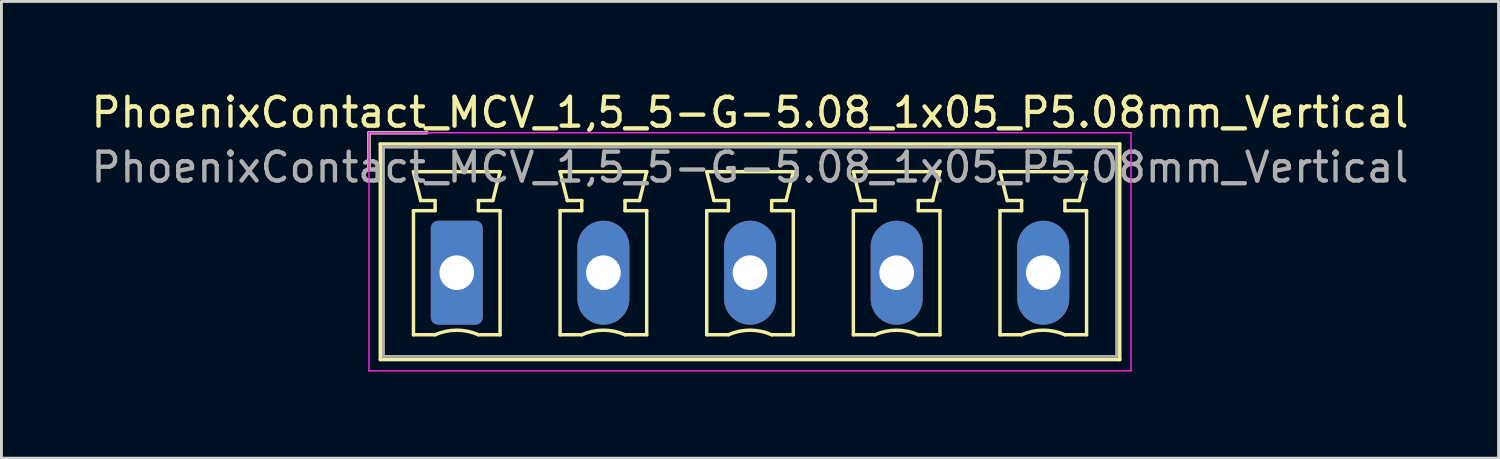
<source format=kicad_pcb>
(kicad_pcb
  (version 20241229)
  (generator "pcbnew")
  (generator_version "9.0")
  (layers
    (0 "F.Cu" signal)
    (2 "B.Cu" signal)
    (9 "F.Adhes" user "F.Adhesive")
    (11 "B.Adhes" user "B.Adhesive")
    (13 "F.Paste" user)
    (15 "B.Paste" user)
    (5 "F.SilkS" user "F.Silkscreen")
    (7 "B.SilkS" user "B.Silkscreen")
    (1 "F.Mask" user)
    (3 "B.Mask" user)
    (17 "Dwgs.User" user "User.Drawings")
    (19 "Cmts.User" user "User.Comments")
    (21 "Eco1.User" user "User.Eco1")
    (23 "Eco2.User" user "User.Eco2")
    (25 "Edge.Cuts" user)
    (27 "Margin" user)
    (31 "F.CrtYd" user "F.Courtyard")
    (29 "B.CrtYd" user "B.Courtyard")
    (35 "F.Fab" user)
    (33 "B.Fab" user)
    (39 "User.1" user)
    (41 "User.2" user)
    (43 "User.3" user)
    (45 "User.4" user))
  (footprint "PhoenixContact_MCV_1,5_5-G-5.08_1x05_P5.08mm_Vertical"
    (layer "F.Cu")
    (at 12.775 6.398)
    (property "Reference" "PhoenixContact_MCV_1,5_5-G-5.08_1x05_P5.08mm_Vertical" (at 10.16 -5.55 0) (layer "F.SilkS") (effects (font (size 1 1) (thickness 0.15))))
    (attr through_hole)
    (fp_line (start -3.04 -4.85) (end -1.04 -4.85) (stroke (width 0.12) (type solid)) (layer "F.SilkS"))
    (fp_line (start -3.04 -3.6) (end -3.04 -4.85) (stroke (width 0.12) (type solid)) (layer "F.SilkS"))
    (fp_line (start -2.65 -4.46) (end -2.65 3.01) (stroke (width 0.12) (type solid)) (layer "F.SilkS"))
    (fp_line (start -2.65 3.01) (end 22.97 3.01) (stroke (width 0.12) (type solid)) (layer "F.SilkS"))
    (fp_line (start -1.5 -3.5) (end 1.5 -3.5) (stroke (width 0.12) (type solid)) (layer "F.SilkS"))
    (fp_line (start -1.5 -2.15) (end -0.75 -2.15) (stroke (width 0.12) (type solid)) (layer "F.SilkS"))
    (fp_line (start -1.5 2.15) (end -1.5 -2.15) (stroke (width 0.12) (type solid)) (layer "F.SilkS"))
    (fp_line (start -1.25 -2.5) (end -1.5 -3.5) (stroke (width 0.12) (type solid)) (layer "F.SilkS"))
    (fp_line (start -0.75 -2.5) (end -1.25 -2.5) (stroke (width 0.12) (type solid)) (layer "F.SilkS"))
    (fp_line (start -0.75 -2.15) (end -0.75 -2.5) (stroke (width 0.12) (type solid)) (layer "F.SilkS"))
    (fp_line (start -0.75 2.15) (end -1.5 2.15) (stroke (width 0.12) (type solid)) (layer "F.SilkS"))
    (fp_line (start 0.75 -2.5) (end 0.75 -2.15) (stroke (width 0.12) (type solid)) (layer "F.SilkS"))
    (fp_line (start 0.75 -2.15) (end 1.5 -2.15) (stroke (width 0.12) (type solid)) (layer "F.SilkS"))
    (fp_line (start 1.25 -2.5) (end 0.75 -2.5) (stroke (width 0.12) (type solid)) (layer "F.SilkS"))
    (fp_line (start 1.5 -3.5) (end 1.25 -2.5) (stroke (width 0.12) (type solid)) (layer "F.SilkS"))
    (fp_line (start 1.5 -2.15) (end 1.5 2.15) (stroke (width 0.12) (type solid)) (layer "F.SilkS"))
    (fp_line (start 1.5 2.15) (end 0.75 2.15) (stroke (width 0.12) (type solid)) (layer "F.SilkS"))
    (fp_line (start 3.58 -3.5) (end 6.58 -3.5) (stroke (width 0.12) (type solid)) (layer "F.SilkS"))
    (fp_line (start 3.58 -2.15) (end 4.33 -2.15) (stroke (width 0.12) (type solid)) (layer "F.SilkS"))
    (fp_line (start 3.58 2.15) (end 3.58 -2.15) (stroke (width 0.12) (type solid)) (layer "F.SilkS"))
    (fp_line (start 3.83 -2.5) (end 3.58 -3.5) (stroke (width 0.12) (type solid)) (layer "F.SilkS"))
    (fp_line (start 4.33 -2.5) (end 3.83 -2.5) (stroke (width 0.12) (type solid)) (layer "F.SilkS"))
    (fp_line (start 4.33 -2.15) (end 4.33 -2.5) (stroke (width 0.12) (type solid)) (layer "F.SilkS"))
    (fp_line (start 4.33 2.15) (end 3.58 2.15) (stroke (width 0.12) (type solid)) (layer "F.SilkS"))
    (fp_line (start 5.83 -2.5) (end 5.83 -2.15) (stroke (width 0.12) (type solid)) (layer "F.SilkS"))
    (fp_line (start 5.83 -2.15) (end 6.58 -2.15) (stroke (width 0.12) (type solid)) (layer "F.SilkS"))
    (fp_line (start 6.33 -2.5) (end 5.83 -2.5) (stroke (width 0.12) (type solid)) (layer "F.SilkS"))
    (fp_line (start 6.58 -3.5) (end 6.33 -2.5) (stroke (width 0.12) (type solid)) (layer "F.SilkS"))
    (fp_line (start 6.58 -2.15) (end 6.58 2.15) (stroke (width 0.12) (type solid)) (layer "F.SilkS"))
    (fp_line (start 6.58 2.15) (end 5.83 2.15) (stroke (width 0.12) (type solid)) (layer "F.SilkS"))
    (fp_line (start 8.66 -3.5) (end 11.66 -3.5) (stroke (width 0.12) (type solid)) (layer "F.SilkS"))
    (fp_line (start 8.66 -2.15) (end 9.41 -2.15) (stroke (width 0.12) (type solid)) (layer "F.SilkS"))
    (fp_line (start 8.66 2.15) (end 8.66 -2.15) (stroke (width 0.12) (type solid)) (layer "F.SilkS"))
    (fp_line (start 8.91 -2.5) (end 8.66 -3.5) (stroke (width 0.12) (type solid)) (layer "F.SilkS"))
    (fp_line (start 9.41 -2.5) (end 8.91 -2.5) (stroke (width 0.12) (type solid)) (layer "F.SilkS"))
    (fp_line (start 9.41 -2.15) (end 9.41 -2.5) (stroke (width 0.12) (type solid)) (layer "F.SilkS"))
    (fp_line (start 9.41 2.15) (end 8.66 2.15) (stroke (width 0.12) (type solid)) (layer "F.SilkS"))
    (fp_line (start 10.91 -2.5) (end 10.91 -2.15) (stroke (width 0.12) (type solid)) (layer "F.SilkS"))
    (fp_line (start 10.91 -2.15) (end 11.66 -2.15) (stroke (width 0.12) (type solid)) (layer "F.SilkS"))
    (fp_line (start 11.41 -2.5) (end 10.91 -2.5) (stroke (width 0.12) (type solid)) (layer "F.SilkS"))
    (fp_line (start 11.66 -3.5) (end 11.41 -2.5) (stroke (width 0.12) (type solid)) (layer "F.SilkS"))
    (fp_line (start 11.66 -2.15) (end 11.66 2.15) (stroke (width 0.12) (type solid)) (layer "F.SilkS"))
    (fp_line (start 11.66 2.15) (end 10.91 2.15) (stroke (width 0.12) (type solid)) (layer "F.SilkS"))
    (fp_line (start 13.74 -3.5) (end 16.74 -3.5) (stroke (width 0.12) (type solid)) (layer "F.SilkS"))
    (fp_line (start 13.74 -2.15) (end 14.49 -2.15) (stroke (width 0.12) (type solid)) (layer "F.SilkS"))
    (fp_line (start 13.74 2.15) (end 13.74 -2.15) (stroke (width 0.12) (type solid)) (layer "F.SilkS"))
    (fp_line (start 13.99 -2.5) (end 13.74 -3.5) (stroke (width 0.12) (type solid)) (layer "F.SilkS"))
    (fp_line (start 14.49 -2.5) (end 13.99 -2.5) (stroke (width 0.12) (type solid)) (layer "F.SilkS"))
    (fp_line (start 14.49 -2.15) (end 14.49 -2.5) (stroke (width 0.12) (type solid)) (layer "F.SilkS"))
    (fp_line (start 14.49 2.15) (end 13.74 2.15) (stroke (width 0.12) (type solid)) (layer "F.SilkS"))
    (fp_line (start 15.99 -2.5) (end 15.99 -2.15) (stroke (width 0.12) (type solid)) (layer "F.SilkS"))
    (fp_line (start 15.99 -2.15) (end 16.74 -2.15) (stroke (width 0.12) (type solid)) (layer "F.SilkS"))
    (fp_line (start 16.49 -2.5) (end 15.99 -2.5) (stroke (width 0.12) (type solid)) (layer "F.SilkS"))
    (fp_line (start 16.74 -3.5) (end 16.49 -2.5) (stroke (width 0.12) (type solid)) (layer "F.SilkS"))
    (fp_line (start 16.74 -2.15) (end 16.74 2.15) (stroke (width 0.12) (type solid)) (layer "F.SilkS"))
    (fp_line (start 16.74 2.15) (end 15.99 2.15) (stroke (width 0.12) (type solid)) (layer "F.SilkS"))
    (fp_line (start 18.82 -3.5) (end 21.82 -3.5) (stroke (width 0.12) (type solid)) (layer "F.SilkS"))
    (fp_line (start 18.82 -2.15) (end 19.57 -2.15) (stroke (width 0.12) (type solid)) (layer "F.SilkS"))
    (fp_line (start 18.82 2.15) (end 18.82 -2.15) (stroke (width 0.12) (type solid)) (layer "F.SilkS"))
    (fp_line (start 19.07 -2.5) (end 18.82 -3.5) (stroke (width 0.12) (type solid)) (layer "F.SilkS"))
    (fp_line (start 19.57 -2.5) (end 19.07 -2.5) (stroke (width 0.12) (type solid)) (layer "F.SilkS"))
    (fp_line (start 19.57 -2.15) (end 19.57 -2.5) (stroke (width 0.12) (type solid)) (layer "F.SilkS"))
    (fp_line (start 19.57 2.15) (end 18.82 2.15) (stroke (width 0.12) (type solid)) (layer "F.SilkS"))
    (fp_line (start 21.07 -2.5) (end 21.07 -2.15) (stroke (width 0.12) (type solid)) (layer "F.SilkS"))
    (fp_line (start 21.07 -2.15) (end 21.82 -2.15) (stroke (width 0.12) (type solid)) (layer "F.SilkS"))
    (fp_line (start 21.57 -2.5) (end 21.07 -2.5) (stroke (width 0.12) (type solid)) (layer "F.SilkS"))
    (fp_line (start 21.82 -3.5) (end 21.57 -2.5) (stroke (width 0.12) (type solid)) (layer "F.SilkS"))
    (fp_line (start 21.82 -2.15) (end 21.82 2.15) (stroke (width 0.12) (type solid)) (layer "F.SilkS"))
    (fp_line (start 21.82 2.15) (end 21.07 2.15) (stroke (width 0.12) (type solid)) (layer "F.SilkS"))
    (fp_line (start 22.97 -4.46) (end -2.65 -4.46) (stroke (width 0.12) (type solid)) (layer "F.SilkS"))
    (fp_line (start 22.97 3.01) (end 22.97 -4.46) (stroke (width 0.12) (type solid)) (layer "F.SilkS"))
    (fp_arc (start -0.75 2.15) (mid -0.000193 1.99191) (end 0.749647 2.149844) (stroke (width 0.12) (type solid)) (layer "F.SilkS"))
    (fp_arc (start 4.33 2.15) (mid 5.079807 1.99191) (end 5.829647 2.149844) (stroke (width 0.12) (type solid)) (layer "F.SilkS"))
    (fp_arc (start 9.41 2.15) (mid 10.159807 1.99191) (end 10.909647 2.149844) (stroke (width 0.12) (type solid)) (layer "F.SilkS"))
    (fp_arc (start 14.49 2.15) (mid 15.239807 1.99191) (end 15.989647 2.149844) (stroke (width 0.12) (type solid)) (layer "F.SilkS"))
    (fp_arc (start 19.57 2.15) (mid 20.319807 1.99191) (end 21.069647 2.149844) (stroke (width 0.12) (type solid)) (layer "F.SilkS"))
    (fp_line (start -3.04 -4.85) (end -3.04 3.4) (stroke (width 0.05) (type solid)) (layer "F.CrtYd"))
    (fp_line (start -3.04 3.4) (end 23.36 3.4) (stroke (width 0.05) (type solid)) (layer "F.CrtYd"))
    (fp_line (start 23.36 -4.85) (end -3.04 -4.85) (stroke (width 0.05) (type solid)) (layer "F.CrtYd"))
    (fp_line (start 23.36 3.4) (end 23.36 -4.85) (stroke (width 0.05) (type solid)) (layer "F.CrtYd"))
    (fp_line (start -3.04 -4.85) (end -1.04 -4.85) (stroke (width 0.1) (type solid)) (layer "F.Fab"))
    (fp_line (start -3.04 -3.6) (end -3.04 -4.85) (stroke (width 0.1) (type solid)) (layer "F.Fab"))
    (fp_line (start -2.54 -4.35) (end -2.54 2.9) (stroke (width 0.1) (type solid)) (layer "F.Fab"))
    (fp_line (start -2.54 2.9) (end 22.86 2.9) (stroke (width 0.1) (type solid)) (layer "F.Fab"))
    (fp_line (start 22.86 -4.35) (end -2.54 -4.35) (stroke (width 0.1) (type solid)) (layer "F.Fab"))
    (fp_line (start 22.86 2.9) (end 22.86 -4.35) (stroke (width 0.1) (type solid)) (layer "F.Fab"))
    (fp_text user "${REFERENCE}" (at 10.16 -3.65 0) (layer "F.Fab") (effects (font (size 1 1) (thickness 0.15))))
    (pad "1" thru_hole roundrect (at 0 0) (size 1.8 3.6) (drill 1.2) (layers "*.Cu" "*.Mask") (roundrect_rratio 0.139))
    (pad "2" thru_hole oval (at 5.08 0) (size 1.8 3.6) (drill 1.2) (layers "*.Cu" "*.Mask"))
    (pad "3" thru_hole oval (at 10.16 0) (size 1.8 3.6) (drill 1.2) (layers "*.Cu" "*.Mask"))
    (pad "4" thru_hole oval (at 15.24 0) (size 1.8 3.6) (drill 1.2) (layers "*.Cu" "*.Mask"))
    (pad "5" thru_hole oval (at 20.32 0) (size 1.8 3.6) (drill 1.2) (layers "*.Cu" "*.Mask")))
  (gr_rect
    (start -3 -3)
    (end 48.869 12.823)
    (stroke (width 0.1) (type default))
    (fill no)
    (layer "Edge.Cuts")))
</source>
